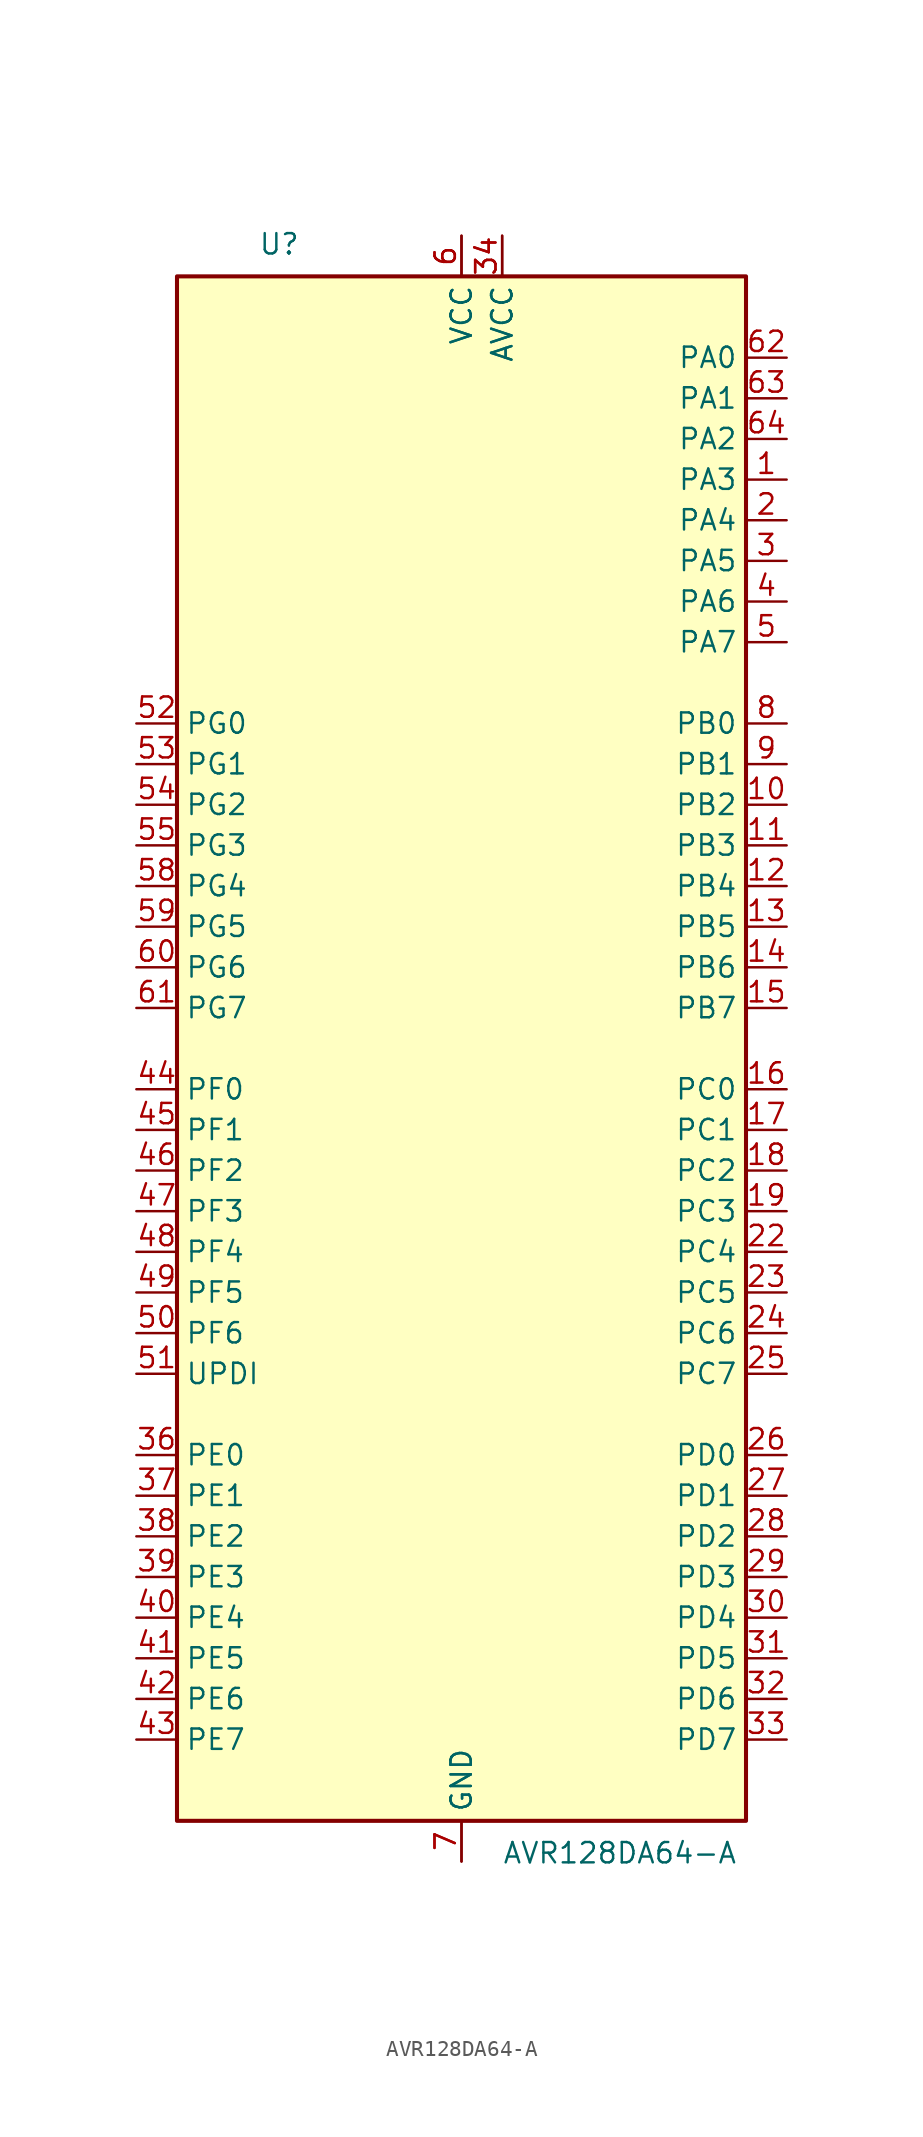
<source format=kicad_sym>
(kicad_symbol_lib
  (version 20211014)
  (generator kicad_symbol_editor)
  (symbol "AVR128DA64-A"
    (property "Reference" "U"
      (at -12.7 49.53 0)
      (effects (font (size 1.27 1.27)) (justify left bottom)))
    (property "Value" "AVR128DA64-A"
      (at 2.54 -49.53 0)
      (effects (font (size 1.27 1.27)) (justify left top)))
    (symbol "AVR128DA64-A_0_1"
      (rectangle (start -17.78 -48.26) (end 17.78 48.26) (stroke (width 0.254) (type default) (color 0 0 0 0)) (fill (type background))))
    (symbol "AVR128DA64-A_1_1"
      (pin bidirectional line (at 20.32 35.56 180) (length 2.54) (name "PA3" (effects (font (size 1.27 1.27)))) (number "1" (effects (font (size 1.27 1.27)))) (alternate "LUT0-OUT" output line) (alternate "TCA0-WO3" output line) (alternate "TCB1-WO" output line) (alternate "TWI0-SCL(MS)" bidirectional line) (alternate "USART0-XDIR" output line) (alternate "X3" output line) (alternate "Y3" bidirectional line))
      (pin bidirectional line (at 20.32 15.24 180) (length 2.54) (name "PB2" (effects (font (size 1.27 1.27)))) (number "10" (effects (font (size 1.27 1.27)))) (alternate "EVOUTB" output line) (alternate "LUT4-IN2" input line) (alternate "TCA0-WO2(1)" output line) (alternate "TCA1-WO2" output line) (alternate "TWI1-SDA(MS)(0,2)" bidirectional line) (alternate "USART3-XCK" bidirectional line) (alternate "X10" output line) (alternate "Y10" bidirectional line))
      (pin bidirectional line (at 20.32 12.7 180) (length 2.54) (name "PB3" (effects (font (size 1.27 1.27)))) (number "11" (effects (font (size 1.27 1.27)))) (alternate "LUT4-OUT" output line) (alternate "TCA0-WO3(1)" output line) (alternate "TCA1-WO3" output line) (alternate "USART1-SCL(MS)(0,2)" bidirectional line) (alternate "USART3-XDIR" output line) (alternate "X11" output line) (alternate "Y11" bidirectional line))
      (pin bidirectional line (at 20.32 10.16 180) (length 2.54) (name "PB4" (effects (font (size 1.27 1.27)))) (number "12" (effects (font (size 1.27 1.27)))) (alternate "SPI1-MOSI(2)" bidirectional line) (alternate "TCA0-WO4(1)" output line) (alternate "TCA1-WO4" output line) (alternate "TCB2-WO(1)" output line) (alternate "TCD0-WOA(1)" output line) (alternate "USART3-TXD(1)" bidirectional line) (alternate "X12" output line) (alternate "Y12" bidirectional line))
      (pin bidirectional line (at 20.32 7.62 180) (length 2.54) (name "PB5" (effects (font (size 1.27 1.27)))) (number "13" (effects (font (size 1.27 1.27)))) (alternate "SPI1-MISO(2)" bidirectional line) (alternate "TCA0-WO5(1)" output line) (alternate "TCA1-WO5" output line) (alternate "TCB3-WO" output line) (alternate "TCD0-WOB(1)" output line) (alternate "USART3-RXD(1)" input line) (alternate "X13" output line) (alternate "Y13" bidirectional line))
      (pin bidirectional line (at 20.32 5.08 180) (length 2.54) (name "PB6" (effects (font (size 1.27 1.27)))) (number "14" (effects (font (size 1.27 1.27)))) (alternate "LUT4-OUT(1)" output line) (alternate "SPI1-SCK(2)" bidirectional line) (alternate "TCD0-WOC(1)" output line) (alternate "TWI1-SDA(S)(1,2)" input line) (alternate "USART3-XCK(1)" bidirectional line) (alternate "X14" output line) (alternate "Y14" bidirectional line))
      (pin bidirectional line (at 20.32 2.54 180) (length 2.54) (name "PB7" (effects (font (size 1.27 1.27)))) (number "15" (effects (font (size 1.27 1.27)))) (alternate "EVOUTB(1)" output line) (alternate "SPI1-~{SS}(2)" bidirectional line) (alternate "TCD0-WOD(1)" output line) (alternate "TWI1-SCL(S)(1,2)" input line) (alternate "USART3-XDIR(1)" output line) (alternate "X15" output line) (alternate "Y15" bidirectional line))
      (pin bidirectional line (at 20.32 -2.54 180) (length 2.54) (name "PC0" (effects (font (size 1.27 1.27)))) (number "16" (effects (font (size 1.27 1.27)))) (alternate "LUT1-IN0" input line) (alternate "SPI1-MOSI" bidirectional line) (alternate "TCA0-WO0(2)" output line) (alternate "TCB2-WO" output line) (alternate "USART1-TXD" bidirectional line))
      (pin bidirectional line (at 20.32 -5.08 180) (length 2.54) (name "PC1" (effects (font (size 1.27 1.27)))) (number "17" (effects (font (size 1.27 1.27)))) (alternate "LUT1-IN1" input line) (alternate "SPI1-MISO" bidirectional line) (alternate "TCA0-WO1(2)" output line) (alternate "TCB3-WO(1)" output line) (alternate "USART1-RXD" input line))
      (pin bidirectional line (at 20.32 -7.62 180) (length 2.54) (name "PC2" (effects (font (size 1.27 1.27)))) (number "18" (effects (font (size 1.27 1.27)))) (alternate "EVOUTC" output line) (alternate "LUT1-IN2" input line) (alternate "SPI1-SCK" bidirectional line) (alternate "TCA-WO2(2)" output line) (alternate "TWI0-SDA(MS+)(0,2)" bidirectional line) (alternate "USART1-XCK" bidirectional line))
      (pin bidirectional line (at 20.32 -10.16 180) (length 2.54) (name "PC3" (effects (font (size 1.27 1.27)))) (number "19" (effects (font (size 1.27 1.27)))) (alternate "LUT1-OUT" output line) (alternate "SPI1-~{SS}" bidirectional line) (alternate "TCA0-WO3(2)" output line) (alternate "TWI0-SCL(MS)(0,2" bidirectional line) (alternate "USART1-XDIR" output line))
      (pin bidirectional line (at 20.32 33.02 180) (length 2.54) (name "PA4" (effects (font (size 1.27 1.27)))) (number "2" (effects (font (size 1.27 1.27)))) (alternate "SPI0-MOSI" bidirectional line) (alternate "TCA0-WO4" output line) (alternate "TCD0-WOA" output line) (alternate "USART0-TXD(1)" bidirectional line) (alternate "X4" output line) (alternate "Y4" bidirectional line))
      (pin power_in line (at 0 50.8 270) (length 2.54) hide (name "VCC" (effects (font (size 1.27 1.27)))) (number "20" (effects (font (size 1.27 1.27)))))
      (pin power_in line (at 0 50.8 270) (length 2.54) hide (name "VCC" (effects (font (size 1.27 1.27)))) (number "20" (effects (font (size 1.27 1.27)))))
      (pin power_in line (at 0 -50.8 90) (length 2.54) hide (name "GND" (effects (font (size 1.27 1.27)))) (number "21" (effects (font (size 1.27 1.27)))))
      (pin power_in line (at 0 -50.8 90) (length 2.54) hide (name "GND" (effects (font (size 1.27 1.27)))) (number "21" (effects (font (size 1.27 1.27)))))
      (pin bidirectional line (at 20.32 -12.7 180) (length 2.54) (name "PC4" (effects (font (size 1.27 1.27)))) (number "22" (effects (font (size 1.27 1.27)))) (alternate "SPI1-MOSI(1)" bidirectional line) (alternate "TCA0-WO4(2)" output line) (alternate "TCA1-WO0(1)" output line) (alternate "USART1-TXD(1)" bidirectional line))
      (pin bidirectional line (at 20.32 -15.24 180) (length 2.54) (name "PC5" (effects (font (size 1.27 1.27)))) (number "23" (effects (font (size 1.27 1.27)))) (alternate "SPI1-MISO(1)" bidirectional line) (alternate "TCA0-WO5(2)" output line) (alternate "TCA1-WO1(1)" output line) (alternate "USART1-RXD(1)" input line))
      (pin bidirectional line (at 20.32 -17.78 180) (length 2.54) (name "PC6" (effects (font (size 1.27 1.27)))) (number "24" (effects (font (size 1.27 1.27)))) (alternate "AC0-OUT(1)" output line) (alternate "AC1-OUT(1)" output line) (alternate "AC2-OUT(1)" output line) (alternate "LUT1-OUT(1)" output line) (alternate "SPI1-SCK(1)" bidirectional line) (alternate "TCA-WO2(2)" output line) (alternate "TWI0-SDA(S)(1,2)" bidirectional line) (alternate "USART1-XCK(1)" bidirectional line))
      (pin bidirectional line (at 20.32 -20.32 180) (length 2.54) (name "PC7" (effects (font (size 1.27 1.27)))) (number "25" (effects (font (size 1.27 1.27)))) (alternate "EVOUTC(1)" output line) (alternate "SPI1-~{SS}(1)" bidirectional line) (alternate "TWI0-SCL(S)(1,2)" bidirectional line) (alternate "USART1-XDIR(1)" output line) (alternate "ZCD0-OUT(1)" output line) (alternate "ZCD1-OUT(1)" output line) (alternate "ZCD2-OUT(1)" output line))
      (pin bidirectional line (at 20.32 -25.4 180) (length 2.54) (name "PD0" (effects (font (size 1.27 1.27)))) (number "26" (effects (font (size 1.27 1.27)))) (alternate "AC0-AINN1" input line) (alternate "AC1-AINN1" input line) (alternate "AC2-AINN1" input line) (alternate "ADC0-AIN0" input line) (alternate "LUT2-IN0" input line) (alternate "TC0-WO0(3)" output line) (alternate "X16" output line) (alternate "Y16" bidirectional line))
      (pin bidirectional line (at 20.32 -27.94 180) (length 2.54) (name "PD1" (effects (font (size 1.27 1.27)))) (number "27" (effects (font (size 1.27 1.27)))) (alternate "ADC0-AIN1" input line) (alternate "LUT2-IN1" input line) (alternate "TCA0-WO1(3)" output line) (alternate "X17" output line) (alternate "Y17" bidirectional line) (alternate "ZCD0-ZCIN" input line))
      (pin bidirectional line (at 20.32 -30.48 180) (length 2.54) (name "PD2" (effects (font (size 1.27 1.27)))) (number "28" (effects (font (size 1.27 1.27)))) (alternate "AC0-AINP0" input line) (alternate "AC1-AINP0" input line) (alternate "AC2-AINP0" input line) (alternate "ADC0-AIN2" input line) (alternate "EVOUTD" output line) (alternate "LUT2-IN2" input line) (alternate "TCA0-WO2(3)" output line) (alternate "X18" output line) (alternate "Y18" bidirectional line))
      (pin bidirectional line (at 20.32 -33.02 180) (length 2.54) (name "PD3" (effects (font (size 1.27 1.27)))) (number "29" (effects (font (size 1.27 1.27)))) (alternate "AC0-AINN0" input line) (alternate "AC1-AINP1" input line) (alternate "ADC0-AIN3" input line) (alternate "LUT2-OUT" output line) (alternate "TCA0-WO3(3)" output line) (alternate "X19" output line) (alternate "Y19" bidirectional line))
      (pin bidirectional line (at 20.32 30.48 180) (length 2.54) (name "PA5" (effects (font (size 1.27 1.27)))) (number "3" (effects (font (size 1.27 1.27)))) (alternate "SPI0-MISO" bidirectional line) (alternate "TCA0-WO5" output line) (alternate "TCD0-WOB" output line) (alternate "USART0-RXD(1)" input line) (alternate "X5" output line) (alternate "Y5" bidirectional line))
      (pin bidirectional line (at 20.32 -35.56 180) (length 2.54) (name "PD4" (effects (font (size 1.27 1.27)))) (number "30" (effects (font (size 1.27 1.27)))) (alternate "AC1-AINP2" input line) (alternate "AC2-AINP1" input line) (alternate "ADC0-AIN4" input line) (alternate "TCA0-WO4(3)" output line) (alternate "X20" output line) (alternate "Y20" bidirectional line))
      (pin bidirectional line (at 20.32 -38.1 180) (length 2.54) (name "PD5" (effects (font (size 1.27 1.27)))) (number "31" (effects (font (size 1.27 1.27)))) (alternate "AC1-AINN0" input line) (alternate "ADC0-AIN5" input line) (alternate "TCA0-WO5(3)" output line) (alternate "X21" output line) (alternate "Y21" bidirectional line))
      (pin bidirectional line (at 20.32 -40.64 180) (length 2.54) (name "PD6" (effects (font (size 1.27 1.27)))) (number "32" (effects (font (size 1.27 1.27)))) (alternate "AC0-AINP3" input line) (alternate "AC1-AINP3" input line) (alternate "AC2-AINP3" input line) (alternate "ADC0-AIN6" input line) (alternate "DAC0-OUT" output line) (alternate "LUT2-OUT(1)" output line) (alternate "X22" output line) (alternate "Y22" bidirectional line))
      (pin bidirectional line (at 20.32 -43.18 180) (length 2.54) (name "PD7" (effects (font (size 1.27 1.27)))) (number "33" (effects (font (size 1.27 1.27)))) (alternate "AC0-AINN2" input line) (alternate "AC1-AINN2" input line) (alternate "AC2-AINN0/2" input line) (alternate "ADC0-AIN7" input line) (alternate "EVOUTD(1)" output line) (alternate "VREFA" input line) (alternate "X23" output line) (alternate "Y23" bidirectional line))
      (pin power_in line (at 2.54 50.8 270) (length 2.54) (name "AVCC" (effects (font (size 1.27 1.27)))) (number "34" (effects (font (size 1.27 1.27)))))
      (pin power_in line (at 2.54 50.8 270) (length 2.54) (name "AVCC" (effects (font (size 1.27 1.27)))) (number "34" (effects (font (size 1.27 1.27)))))
      (pin power_in line (at 0 -50.8 90) (length 2.54) hide (name "GND" (effects (font (size 1.27 1.27)))) (number "35" (effects (font (size 1.27 1.27)))))
      (pin power_in line (at 0 -50.8 90) (length 2.54) hide (name "GND" (effects (font (size 1.27 1.27)))) (number "35" (effects (font (size 1.27 1.27)))))
      (pin bidirectional line (at -20.32 -25.4 0) (length 2.54) (name "PE0" (effects (font (size 1.27 1.27)))) (number "36" (effects (font (size 1.27 1.27)))) (alternate "AC0-AINP1" input line) (alternate "ADC0-AIN8" input line) (alternate "SPI0-MOSI(1)" bidirectional line) (alternate "TCA0-WO0(4)" output line) (alternate "USART4-TXD" output line) (alternate "X24" output line) (alternate "Y24" bidirectional line))
      (pin bidirectional line (at -20.32 -27.94 0) (length 2.54) (name "PE1" (effects (font (size 1.27 1.27)))) (number "37" (effects (font (size 1.27 1.27)))) (alternate "AC2-AINP2" input line) (alternate "ADC-AIN9" input line) (alternate "SPI0-MISO(1)" bidirectional line) (alternate "TCA0-WO1(4)" output line) (alternate "USART4-RXD" input line) (alternate "X25" output line) (alternate "Y25" bidirectional line))
      (pin bidirectional line (at -20.32 -30.48 0) (length 2.54) (name "PE2" (effects (font (size 1.27 1.27)))) (number "38" (effects (font (size 1.27 1.27)))) (alternate "AC0-AINP2" input line) (alternate "ADC0-AIN10" input line) (alternate "EVOUTE" output line) (alternate "OP2-OUT" output line) (alternate "SPI0-SCK(1)" bidirectional line) (alternate "TCA0-WO2(4)" output line) (alternate "USART4-XCK" bidirectional line) (alternate "X26" output line) (alternate "Y26" bidirectional line))
      (pin bidirectional line (at -20.32 -33.02 0) (length 2.54) (name "PE3" (effects (font (size 1.27 1.27)))) (number "39" (effects (font (size 1.27 1.27)))) (alternate "ADC0-AIN11" input line) (alternate "SPI0-~{SS}(1)" bidirectional line) (alternate "TCA0-WO3(4)" output line) (alternate "USART4-XDIR" output line) (alternate "X27" output line) (alternate "Y27" bidirectional line) (alternate "ZCD1-ZCIN" input line))
      (pin bidirectional line (at 20.32 27.94 180) (length 2.54) (name "PA6" (effects (font (size 1.27 1.27)))) (number "4" (effects (font (size 1.27 1.27)))) (alternate "LUT0-OUT(1)" output line) (alternate "SPI0-SCK" bidirectional line) (alternate "TCD0-WOC" output line) (alternate "USART0-XCK(1)" bidirectional line) (alternate "X6" output line) (alternate "Y6" bidirectional line))
      (pin bidirectional line (at -20.32 -35.56 0) (length 2.54) (name "PE4" (effects (font (size 1.27 1.27)))) (number "40" (effects (font (size 1.27 1.27)))) (alternate "ADC0-AIN12" input line) (alternate "TCA0-WO4(4)" output line) (alternate "TCA1-WO0(2)" output line) (alternate "USART4-TXD(1)" bidirectional line) (alternate "X28" output line) (alternate "Y28" bidirectional line))
      (pin bidirectional line (at -20.32 -38.1 0) (length 2.54) (name "PE5" (effects (font (size 1.27 1.27)))) (number "41" (effects (font (size 1.27 1.27)))) (alternate "ADC0-AIN13" input line) (alternate "TCA0-WO5(4)" output line) (alternate "TCA1-WO1(2)" output line) (alternate "USART4-RXD(1)" input line) (alternate "X29" output line) (alternate "Y29" bidirectional line))
      (pin bidirectional line (at -20.32 -40.64 0) (length 2.54) (name "PE6" (effects (font (size 1.27 1.27)))) (number "42" (effects (font (size 1.27 1.27)))) (alternate "ADC0-AIN14" input line) (alternate "TCA1-WO2(2)" output line) (alternate "USART4-XCK(1)" bidirectional line) (alternate "X30" output line) (alternate "Y30" bidirectional line))
      (pin bidirectional line (at -20.32 -43.18 0) (length 2.54) (name "PE7" (effects (font (size 1.27 1.27)))) (number "43" (effects (font (size 1.27 1.27)))) (alternate "ADC0-AIN15" input line) (alternate "EVOUTE(1)" output line) (alternate "USART4-XDIR(1)" output line) (alternate "X31" output line) (alternate "Y31" bidirectional line) (alternate "ZCD2-ZCIN" input line))
      (pin bidirectional line (at -20.32 -2.54 0) (length 2.54) (name "PF0" (effects (font (size 1.27 1.27)))) (number "44" (effects (font (size 1.27 1.27)))) (alternate "ADC0-AIN16(P)" input line) (alternate "LUT3-IN0" input line) (alternate "TCA0-WO0(5)" output line) (alternate "TCD0-WOA(2)" output line) (alternate "USART2-TXD" bidirectional line) (alternate "X32" output line) (alternate "XTAL32K1" passive line) (alternate "Y32" bidirectional line))
      (pin bidirectional line (at -20.32 -5.08 0) (length 2.54) (name "PF1" (effects (font (size 1.27 1.27)))) (number "45" (effects (font (size 1.27 1.27)))) (alternate "ADC0-AIN17(P)" input line) (alternate "LUT3-IN1" input line) (alternate "TCA0-WO1(5)" output line) (alternate "TCD0-WOB(2)" output line) (alternate "USART2-RXD" input line) (alternate "X33" output line) (alternate "XTAL32K2" passive line) (alternate "Y33" bidirectional line))
      (pin bidirectional line (at -20.32 -7.62 0) (length 2.54) (name "PF2" (effects (font (size 1.27 1.27)))) (number "46" (effects (font (size 1.27 1.27)))) (alternate "ADC0-AIN18(P)" input line) (alternate "EVOUTF" output line) (alternate "LUT3-IN2" input line) (alternate "TCA0-WO2(5)" output line) (alternate "TCD0-WOC(2)" output line) (alternate "TWI1-SDA(MS+)" bidirectional line) (alternate "USART2-XCK" bidirectional line) (alternate "X34" output line) (alternate "Y34" bidirectional line))
      (pin bidirectional line (at -20.32 -10.16 0) (length 2.54) (name "PF3" (effects (font (size 1.27 1.27)))) (number "47" (effects (font (size 1.27 1.27)))) (alternate "ADC0-AIN19(P)" input line) (alternate "LUT3-OUT" output line) (alternate "TCA0-WO3(5)" output line) (alternate "TCD0-WOD(2)" output line) (alternate "TWI1-SCL(MS+)" bidirectional line) (alternate "USART2-XDIR" output line) (alternate "X35" output line) (alternate "Y35" bidirectional line))
      (pin bidirectional line (at -20.32 -12.7 0) (length 2.54) (name "PF4" (effects (font (size 1.27 1.27)))) (number "48" (effects (font (size 1.27 1.27)))) (alternate "ADC0-AIN20(P)" input line) (alternate "TCA0-WO4(5)" output line) (alternate "TCB0-WO(1)" output line) (alternate "USART2-TXD(1)" output line) (alternate "X36" output line) (alternate "Y36" bidirectional line))
      (pin bidirectional line (at -20.32 -15.24 0) (length 2.54) (name "PF5" (effects (font (size 1.27 1.27)))) (number "49" (effects (font (size 1.27 1.27)))) (alternate "ADC0-AIN21(P)" input line) (alternate "TCA0-WO5(5)" output line) (alternate "TCB1-WO(1)" output line) (alternate "USART2-RXD(1)" input line) (alternate "X37" output line) (alternate "Y37" bidirectional line))
      (pin bidirectional line (at 20.32 25.4 180) (length 2.54) (name "PA7" (effects (font (size 1.27 1.27)))) (number "5" (effects (font (size 1.27 1.27)))) (alternate "AC0-OUT" output line) (alternate "AC1-OUT" output line) (alternate "AC2-OUT" output line) (alternate "CLKOUT" output line) (alternate "EVOUTA(1)" output line) (alternate "SPI0-~{SS}" bidirectional line) (alternate "TCD0-WOD" output line) (alternate "USART0-XDIR(1)" output line) (alternate "X7" output line) (alternate "Y7" bidirectional line) (alternate "ZCD0-OUT" output line) (alternate "ZCD1-OUT" output line) (alternate "ZDC2-OUT" output line))
      (pin input line (at -20.32 -17.78 0) (length 2.54) (name "PF6" (effects (font (size 1.27 1.27)))) (number "50" (effects (font (size 1.27 1.27)))) (alternate "~{RESET}" input line))
      (pin bidirectional line (at -20.32 -20.32 0) (length 2.54) (name "UPDI" (effects (font (size 1.27 1.27)))) (number "51" (effects (font (size 1.27 1.27)))))
      (pin bidirectional line (at -20.32 20.32 0) (length 2.54) (name "PG0" (effects (font (size 1.27 1.27)))) (number "52" (effects (font (size 1.27 1.27)))) (alternate "LUT5-IN0" input line) (alternate "TCA0-WO0(6)" output line) (alternate "TCA1-WO0(3)" output line) (alternate "USART5-TXD" bidirectional line) (alternate "X40" output line) (alternate "Y40" bidirectional line))
      (pin bidirectional line (at -20.32 17.78 0) (length 2.54) (name "PG1" (effects (font (size 1.27 1.27)))) (number "53" (effects (font (size 1.27 1.27)))) (alternate "LUT5-IN1" input line) (alternate "TCA0-WO1(6)" output line) (alternate "TCA1-WO1(3)" output line) (alternate "USART5-RXD" input line) (alternate "X41" output line) (alternate "Y41" bidirectional line))
      (pin bidirectional line (at -20.32 15.24 0) (length 2.54) (name "PG2" (effects (font (size 1.27 1.27)))) (number "54" (effects (font (size 1.27 1.27)))) (alternate "EVOUTG" output line) (alternate "LUT5-IN2" input line) (alternate "TCA0-WO2(6)" output line) (alternate "TCA1-WO2(3)" output line) (alternate "USART5-XCK" bidirectional line) (alternate "X42" output line) (alternate "Y42" bidirectional line))
      (pin bidirectional line (at -20.32 12.7 0) (length 2.54) (name "PG3" (effects (font (size 1.27 1.27)))) (number "55" (effects (font (size 1.27 1.27)))) (alternate "LUT5-OUT" output line) (alternate "TCA0-WO3(6)" output line) (alternate "TCA1-WO3(3)" output line) (alternate "TCB4-WO" output line) (alternate "USART5-XDIR" output line) (alternate "X43" output line) (alternate "Y43" bidirectional line))
      (pin power_in line (at 0 50.8 270) (length 2.54) hide (name "VCC" (effects (font (size 1.27 1.27)))) (number "56" (effects (font (size 1.27 1.27)))))
      (pin power_in line (at 0 50.8 270) (length 2.54) hide (name "VCC" (effects (font (size 1.27 1.27)))) (number "56" (effects (font (size 1.27 1.27)))))
      (pin power_in line (at 0 -50.8 90) (length 2.54) hide (name "GND" (effects (font (size 1.27 1.27)))) (number "57" (effects (font (size 1.27 1.27)))))
      (pin power_in line (at 0 -50.8 90) (length 2.54) hide (name "GND" (effects (font (size 1.27 1.27)))) (number "57" (effects (font (size 1.27 1.27)))))
      (pin bidirectional line (at -20.32 10.16 0) (length 2.54) (name "PG4" (effects (font (size 1.27 1.27)))) (number "58" (effects (font (size 1.27 1.27)))) (alternate "SPI0-MOSI(2)" bidirectional line) (alternate "TCA0-WO4(6)" output line) (alternate "TCA1-WO4(3)" output line) (alternate "TCD0-WOB(3)" output line) (alternate "USART5-TXD(1)" bidirectional line) (alternate "X44" output line) (alternate "Y44" bidirectional line))
      (pin bidirectional line (at -20.32 7.62 0) (length 2.54) (name "PG5" (effects (font (size 1.27 1.27)))) (number "59" (effects (font (size 1.27 1.27)))) (alternate "SPI0-MISO(2)" bidirectional line) (alternate "TCA0-WO5(6)" output line) (alternate "TCA1-WO5(3)" output line) (alternate "TCD0-WOB(3)" output line) (alternate "USART5-RXD(1)" input line) (alternate "X45" output line) (alternate "Y45" bidirectional line))
      (pin power_in line (at 0 50.8 270) (length 2.54) (name "VCC" (effects (font (size 1.27 1.27)))) (number "6" (effects (font (size 1.27 1.27)))))
      (pin power_in line (at 0 50.8 270) (length 2.54) (name "VCC" (effects (font (size 1.27 1.27)))) (number "6" (effects (font (size 1.27 1.27)))))
      (pin bidirectional line (at -20.32 5.08 0) (length 2.54) (name "PG6" (effects (font (size 1.27 1.27)))) (number "60" (effects (font (size 1.27 1.27)))) (alternate "LUT5-OUT(1)" output line) (alternate "SPI0-SCK(2)" bidirectional line) (alternate "TCD0-WOC(3)" output line) (alternate "USART5-XCK(1)" bidirectional line) (alternate "X46" output line) (alternate "Y46" bidirectional line))
      (pin bidirectional line (at -20.32 2.54 0) (length 2.54) (name "PG7" (effects (font (size 1.27 1.27)))) (number "61" (effects (font (size 1.27 1.27)))) (alternate "EVOUTG(1)" output line) (alternate "SPI0-~{SS}(2)" bidirectional line) (alternate "TCD-WOD(3)" output line) (alternate "USART5-XDIR(1)" output line) (alternate "X47" output line) (alternate "Y47" bidirectional line))
      (pin bidirectional line (at 20.32 43.18 180) (length 2.54) (name "PA0" (effects (font (size 1.27 1.27)))) (number "62" (effects (font (size 1.27 1.27)))) (alternate "EXTCLK" input clock) (alternate "LUT0-IN0" input line) (alternate "TCA0-WO0" output line) (alternate "USART0-TXD" bidirectional line) (alternate "X0" output line) (alternate "Y0" bidirectional line))
      (pin bidirectional line (at 20.32 40.64 180) (length 2.54) (name "PA1" (effects (font (size 1.27 1.27)))) (number "63" (effects (font (size 1.27 1.27)))) (alternate "LUT0-IN1" input line) (alternate "TCA0-WO1" output line) (alternate "USART0-RXD" input line) (alternate "X1" output line) (alternate "Y1" bidirectional line))
      (pin bidirectional line (at 20.32 38.1 180) (length 2.54) (name "PA2" (effects (font (size 1.27 1.27)))) (number "64" (effects (font (size 1.27 1.27)))) (alternate "EVOUTA" output line) (alternate "LUT0-IN2" input line) (alternate "TCA0-WO2" output line) (alternate "TCB0-WO" output line) (alternate "TWI0-SDA(MS)" bidirectional line) (alternate "USART0-XCK" bidirectional line) (alternate "X2" output line) (alternate "Y2" bidirectional line))
      (pin power_in line (at 0 -50.8 90) (length 2.54) (name "GND" (effects (font (size 1.27 1.27)))) (number "7" (effects (font (size 1.27 1.27)))))
      (pin power_in line (at 0 -50.8 90) (length 2.54) (name "GND" (effects (font (size 1.27 1.27)))) (number "7" (effects (font (size 1.27 1.27)))))
      (pin bidirectional line (at 20.32 20.32 180) (length 2.54) (name "PB0" (effects (font (size 1.27 1.27)))) (number "8" (effects (font (size 1.27 1.27)))) (alternate "LUT4-IN0" input line) (alternate "TCA0-WO0(1)" output line) (alternate "TCA1-WO0" output line) (alternate "UART3-TXD" bidirectional line) (alternate "X8" output line) (alternate "Y8" bidirectional line))
      (pin bidirectional line (at 20.32 17.78 180) (length 2.54) (name "PB1" (effects (font (size 1.27 1.27)))) (number "9" (effects (font (size 1.27 1.27)))) (alternate "LUT4-IN1" input line) (alternate "TCA0-WO1(1)" output line) (alternate "TCA1-WO0" output line) (alternate "USART3-RXD" input line) (alternate "X9" output line) (alternate "Y9" bidirectional line)))))
</source>
